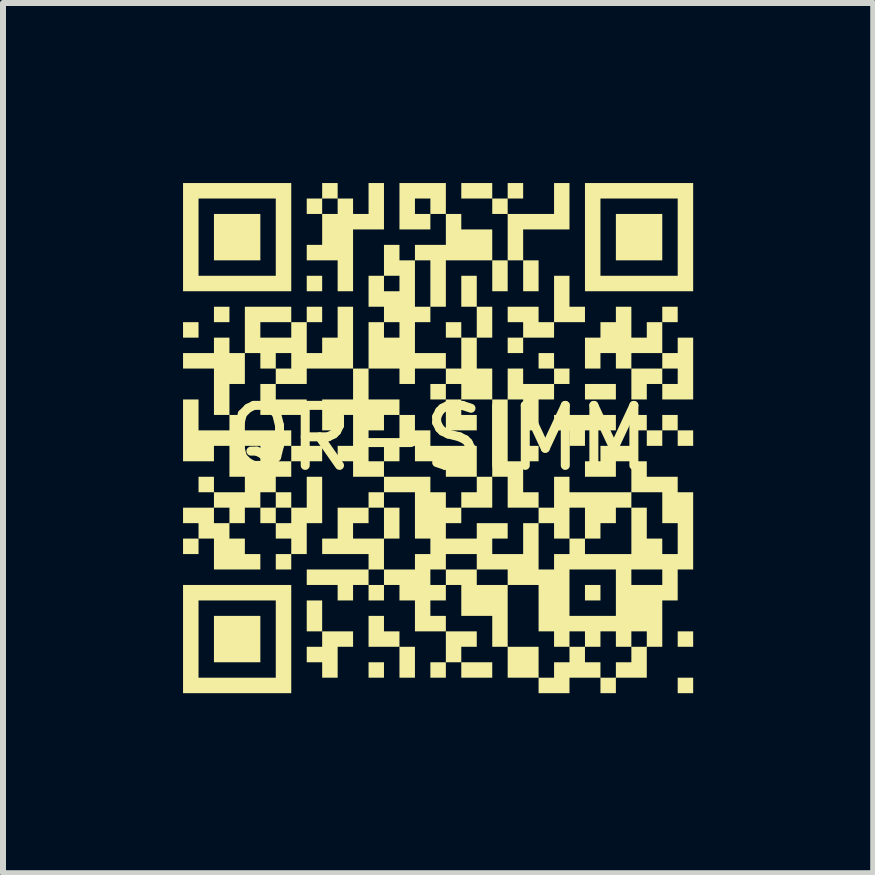
<source format=kicad_pcb>
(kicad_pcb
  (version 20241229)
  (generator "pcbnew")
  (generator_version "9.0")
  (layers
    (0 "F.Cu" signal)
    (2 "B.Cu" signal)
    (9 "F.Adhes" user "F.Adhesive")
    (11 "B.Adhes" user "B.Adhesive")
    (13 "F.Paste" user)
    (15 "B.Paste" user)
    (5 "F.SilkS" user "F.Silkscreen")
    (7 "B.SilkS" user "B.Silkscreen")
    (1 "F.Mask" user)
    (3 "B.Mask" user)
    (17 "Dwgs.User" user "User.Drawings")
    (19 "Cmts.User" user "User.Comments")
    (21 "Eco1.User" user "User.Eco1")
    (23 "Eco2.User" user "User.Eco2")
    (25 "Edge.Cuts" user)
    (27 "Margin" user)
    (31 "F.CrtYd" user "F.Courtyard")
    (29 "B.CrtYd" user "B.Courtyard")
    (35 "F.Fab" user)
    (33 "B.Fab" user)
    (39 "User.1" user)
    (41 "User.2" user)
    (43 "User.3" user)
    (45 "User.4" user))
  (footprint "QR-SIMM"
    (layer "F.Cu")
    (at 4.25 4.25)
    (property "Reference" "QR-SIMM" (at 0 0 0) (unlocked yes) (layer "F.SilkS") (effects (font (size 1 1) (thickness 0.15))))
    (attr smd)
    (fp_poly (pts (xy -3.992 -1.674) (xy -4.25 -1.674) (xy -4.25 -1.932) (xy -3.992 -1.932)) (stroke (width -0.000001) (type solid)) (fill yes) (layer "F.SilkS"))
    (fp_poly (pts (xy -3.992 1.932) (xy -4.25 1.932) (xy -4.25 1.674) (xy -3.992 1.674)) (stroke (width -0.000001) (type solid)) (fill yes) (layer "F.SilkS"))
    (fp_poly (pts (xy -3.735 0.902) (xy -3.992 0.902) (xy -3.992 0.644) (xy -3.735 0.644)) (stroke (width -0.000001) (type solid)) (fill yes) (layer "F.SilkS"))
    (fp_poly (pts (xy -3.477 -1.932) (xy -3.735 -1.932) (xy -3.735 -2.189) (xy -3.477 -2.189)) (stroke (width -0.000001) (type solid)) (fill yes) (layer "F.SilkS"))
    (fp_poly (pts (xy -2.962 -2.962) (xy -3.735 -2.962) (xy -3.735 -3.735) (xy -2.962 -3.735)) (stroke (width -0.000001) (type solid)) (fill yes) (layer "F.SilkS"))
    (fp_poly (pts (xy -2.962 3.735) (xy -3.735 3.735) (xy -3.735 2.962) (xy -2.962 2.962)) (stroke (width -0.000001) (type solid)) (fill yes) (layer "F.SilkS"))
    (fp_poly (pts (xy -2.447 2.189) (xy -2.705 2.189) (xy -2.705 1.932) (xy -2.447 1.932)) (stroke (width -0.000001) (type solid)) (fill yes) (layer "F.SilkS"))
    (fp_poly (pts (xy -1.932 -2.447) (xy -2.189 -2.447) (xy -2.189 -2.705) (xy -1.932 -2.705)) (stroke (width -0.000001) (type solid)) (fill yes) (layer "F.SilkS"))
    (fp_poly (pts (xy -1.932 -1.932) (xy -2.189 -1.932) (xy -2.189 -2.189) (xy -1.932 -2.189)) (stroke (width -0.000001) (type solid)) (fill yes) (layer "F.SilkS"))
    (fp_poly (pts (xy -1.932 0.386) (xy -2.447 0.386) (xy -2.447 0.129) (xy -1.932 0.129)) (stroke (width -0.000001) (type solid)) (fill yes) (layer "F.SilkS"))
    (fp_poly (pts (xy -1.932 3.22) (xy -2.189 3.22) (xy -2.189 2.705) (xy -1.932 2.705)) (stroke (width -0.000001) (type solid)) (fill yes) (layer "F.SilkS"))
    (fp_poly (pts (xy -0.902 3.992) (xy -1.159 3.992) (xy -1.159 3.735) (xy -0.902 3.735)) (stroke (width -0.000001) (type solid)) (fill yes) (layer "F.SilkS"))
    (fp_poly (pts (xy -0.644 0.386) (xy -0.902 0.386) (xy -0.902 0.129) (xy -0.644 0.129)) (stroke (width -0.000001) (type solid)) (fill yes) (layer "F.SilkS"))
    (fp_poly (pts (xy -0.644 1.674) (xy -0.902 1.674) (xy -0.902 1.159) (xy -0.644 1.159)) (stroke (width -0.000001) (type solid)) (fill yes) (layer "F.SilkS"))
    (fp_poly (pts (xy -0.386 3.992) (xy -0.644 3.992) (xy -0.644 3.477) (xy -0.386 3.477)) (stroke (width -0.000001) (type solid)) (fill yes) (layer "F.SilkS"))
    (fp_poly (pts (xy 0.129 -0.644) (xy -0.129 -0.644) (xy -0.129 -0.902) (xy 0.129 -0.902)) (stroke (width -0.000001) (type solid)) (fill yes) (layer "F.SilkS"))
    (fp_poly (pts (xy 0.129 3.992) (xy -0.129 3.992) (xy -0.129 3.735) (xy 0.129 3.735)) (stroke (width -0.000001) (type solid)) (fill yes) (layer "F.SilkS"))
    (fp_poly (pts (xy 0.386 -1.674) (xy 0.129 -1.674) (xy 0.129 -1.932) (xy 0.386 -1.932)) (stroke (width -0.000001) (type solid)) (fill yes) (layer "F.SilkS"))
    (fp_poly (pts (xy 0.644 -2.189) (xy 0.386 -2.189) (xy 0.386 -2.705) (xy 0.644 -2.705)) (stroke (width -0.000001) (type solid)) (fill yes) (layer "F.SilkS"))
    (fp_poly (pts (xy 0.902 -3.992) (xy 0.386 -3.992) (xy 0.386 -4.25) (xy 0.902 -4.25)) (stroke (width -0.000001) (type solid)) (fill yes) (layer "F.SilkS"))
    (fp_poly (pts (xy 0.902 -1.674) (xy 0.644 -1.674) (xy 0.644 -2.189) (xy 0.902 -2.189)) (stroke (width -0.000001) (type solid)) (fill yes) (layer "F.SilkS"))
    (fp_poly (pts (xy 0.902 3.992) (xy 0.386 3.992) (xy 0.386 3.735) (xy 0.902 3.735)) (stroke (width -0.000001) (type solid)) (fill yes) (layer "F.SilkS"))
    (fp_poly (pts (xy 1.159 -3.735) (xy 0.902 -3.735) (xy 0.902 -3.992) (xy 1.159 -3.992)) (stroke (width -0.000001) (type solid)) (fill yes) (layer "F.SilkS"))
    (fp_poly (pts (xy 1.159 -2.447) (xy 0.902 -2.447) (xy 0.902 -2.962) (xy 1.159 -2.962)) (stroke (width -0.000001) (type solid)) (fill yes) (layer "F.SilkS"))
    (fp_poly (pts (xy 1.417 -3.992) (xy 1.159 -3.992) (xy 1.159 -4.25) (xy 1.417 -4.25)) (stroke (width -0.000001) (type solid)) (fill yes) (layer "F.SilkS"))
    (fp_poly (pts (xy 1.417 -1.417) (xy 1.159 -1.417) (xy 1.159 -1.674) (xy 1.417 -1.674)) (stroke (width -0.000001) (type solid)) (fill yes) (layer "F.SilkS"))
    (fp_poly (pts (xy 1.674 -2.447) (xy 1.417 -2.447) (xy 1.417 -2.962) (xy 1.674 -2.962)) (stroke (width -0.000001) (type solid)) (fill yes) (layer "F.SilkS"))
    (fp_poly (pts (xy 1.674 0.386) (xy 1.417 0.386) (xy 1.417 0.129) (xy 1.674 0.129)) (stroke (width -0.000001) (type solid)) (fill yes) (layer "F.SilkS"))
    (fp_poly (pts (xy 1.932 -1.159) (xy 1.674 -1.159) (xy 1.674 -1.417) (xy 1.932 -1.417)) (stroke (width -0.000001) (type solid)) (fill yes) (layer "F.SilkS"))
    (fp_poly (pts (xy 2.189 -0.902) (xy 1.932 -0.902) (xy 1.932 -1.159) (xy 2.189 -1.159)) (stroke (width -0.000001) (type solid)) (fill yes) (layer "F.SilkS"))
    (fp_poly (pts (xy 2.705 2.705) (xy 2.447 2.705) (xy 2.447 2.447) (xy 2.705 2.447)) (stroke (width -0.000001) (type solid)) (fill yes) (layer "F.SilkS"))
    (fp_poly (pts (xy 2.962 -0.644) (xy 2.447 -0.644) (xy 2.447 -0.902) (xy 2.962 -0.902)) (stroke (width -0.000001) (type solid)) (fill yes) (layer "F.SilkS"))
    (fp_poly (pts (xy 3.477 -0.129) (xy 3.22 -0.129) (xy 3.22 -0.386) (xy 3.477 -0.386)) (stroke (width -0.000001) (type solid)) (fill yes) (layer "F.SilkS"))
    (fp_poly (pts (xy 3.735 -2.962) (xy 2.962 -2.962) (xy 2.962 -3.735) (xy 3.735 -3.735)) (stroke (width -0.000001) (type solid)) (fill yes) (layer "F.SilkS"))
    (fp_poly (pts (xy 3.735 0.129) (xy 3.477 0.129) (xy 3.477 -0.129) (xy 3.735 -0.129)) (stroke (width -0.000001) (type solid)) (fill yes) (layer "F.SilkS"))
    (fp_poly (pts (xy 3.992 -1.932) (xy 3.735 -1.932) (xy 3.735 -2.189) (xy 3.992 -2.189)) (stroke (width -0.000001) (type solid)) (fill yes) (layer "F.SilkS"))
    (fp_poly (pts (xy 3.992 -0.129) (xy 3.735 -0.129) (xy 3.735 -0.386) (xy 3.992 -0.386)) (stroke (width -0.000001) (type solid)) (fill yes) (layer "F.SilkS"))
    (fp_poly (pts (xy 4.25 0.129) (xy 3.992 0.129) (xy 3.992 -0.129) (xy 4.25 -0.129)) (stroke (width -0.000001) (type solid)) (fill yes) (layer "F.SilkS"))
    (fp_poly (pts (xy 4.25 3.477) (xy 3.992 3.477) (xy 3.992 3.22) (xy 4.25 3.22)) (stroke (width -0.000001) (type solid)) (fill yes) (layer "F.SilkS"))
    (fp_poly (pts (xy 4.25 4.25) (xy 3.992 4.25) (xy 3.992 3.992) (xy 4.25 3.992)) (stroke (width -0.000001) (type solid)) (fill yes) (layer "F.SilkS"))
    (fp_poly (pts (xy -2.705 -0.644) (xy -2.189 -0.644) (xy -2.189 -0.386) (xy -2.962 -0.386) (xy -2.962 -0.902) (xy -2.705 -0.902)) (stroke (width -0.000001) (type solid)) (fill yes) (layer "F.SilkS"))
    (fp_poly (pts (xy -0.902 3.22) (xy -0.644 3.22) (xy -0.644 3.477) (xy -1.159 3.477) (xy -1.159 2.962) (xy -0.902 2.962)) (stroke (width -0.000001) (type solid)) (fill yes) (layer "F.SilkS"))
    (fp_poly (pts (xy 0.386 -0.386) (xy 0.644 -0.386) (xy 0.644 -0.129) (xy 0.129 -0.129) (xy 0.129 -0.644) (xy 0.386 -0.644)) (stroke (width -0.000001) (type solid)) (fill yes) (layer "F.SilkS"))
    (fp_poly (pts (xy 0.644 3.477) (xy 0.386 3.477) (xy 0.386 3.735) (xy 0.129 3.735) (xy 0.129 3.22) (xy 0.644 3.22)) (stroke (width -0.000001) (type solid)) (fill yes) (layer "F.SilkS"))
    (fp_poly (pts (xy 0.902 1.159) (xy 0.386 1.159) (xy 0.386 0.902) (xy 0.644 0.902) (xy 0.644 0.644) (xy 0.902 0.644)) (stroke (width -0.000001) (type solid)) (fill yes) (layer "F.SilkS"))
    (fp_poly (pts (xy 2.189 -2.189) (xy 2.447 -2.189) (xy 2.447 -1.932) (xy 1.932 -1.932) (xy 1.932 -2.705) (xy 2.189 -2.705)) (stroke (width -0.000001) (type solid)) (fill yes) (layer "F.SilkS"))
    (fp_poly (pts (xy 1.674 -1.932) (xy 1.932 -1.932) (xy 1.932 -1.674) (xy 1.417 -1.674) (xy 1.417 -1.932) (xy 1.159 -1.932) (xy 1.159 -2.189) (xy 1.674 -2.189)) (stroke (width -0.000001) (type solid)) (fill yes) (layer "F.SilkS"))
    (fp_poly (pts (xy 2.189 -3.477) (xy 1.417 -3.477) (xy 1.417 -2.962) (xy 1.159 -2.962) (xy 1.159 -3.735) (xy 1.932 -3.735) (xy 1.932 -4.25) (xy 2.189 -4.25)) (stroke (width -0.000001) (type solid)) (fill yes) (layer "F.SilkS"))
    (fp_poly (pts (xy 2.962 -0.129) (xy 2.447 -0.129) (xy 2.447 0.129) (xy 2.189 0.129) (xy 2.189 -0.129) (xy 1.932 -0.129) (xy 1.932 -0.386) (xy 2.962 -0.386)) (stroke (width -0.000001) (type solid)) (fill yes) (layer "F.SilkS"))
    (fp_poly (pts (xy 3.22 0.386) (xy 2.962 0.386) (xy 2.962 0.644) (xy 2.447 0.644) (xy 2.447 0.386) (xy 2.705 0.386) (xy 2.705 0.129) (xy 3.22 0.129)) (stroke (width -0.000001) (type solid)) (fill yes) (layer "F.SilkS"))
    (fp_poly (pts (xy -1.417 3.477) (xy -1.674 3.477) (xy -1.674 3.992) (xy -1.932 3.992) (xy -1.932 3.735) (xy -2.189 3.735) (xy -2.189 3.477) (xy -1.932 3.477) (xy -1.932 3.22) (xy -1.417 3.22)) (stroke (width -0.000001) (type solid)) (fill yes) (layer "F.SilkS"))
    (fp_poly (pts (xy -2.447 -2.447) (xy -4.25 -2.447) (xy -4.25 -2.705) (xy -3.992 -2.705) (xy -2.705 -2.705) (xy -2.705 -3.992) (xy -3.992 -3.992) (xy -3.992 -2.705) (xy -4.25 -2.705) (xy -4.25 -4.25) (xy -2.447 -4.25)) (stroke (width -0.000001) (type solid)) (fill yes) (layer "F.SilkS"))
    (fp_poly (pts (xy -2.447 4.25) (xy -4.25 4.25) (xy -4.25 3.992) (xy -3.992 3.992) (xy -2.705 3.992) (xy -2.705 2.705) (xy -3.992 2.705) (xy -3.992 3.992) (xy -4.25 3.992) (xy -4.25 2.447) (xy -2.447 2.447)) (stroke (width -0.000001) (type solid)) (fill yes) (layer "F.SilkS"))
    (fp_poly (pts (xy 4.25 -2.447) (xy 2.447 -2.447) (xy 2.447 -2.705) (xy 2.705 -2.705) (xy 3.992 -2.705) (xy 3.992 -3.992) (xy 2.705 -3.992) (xy 2.705 -2.705) (xy 2.447 -2.705) (xy 2.447 -4.25) (xy 4.25 -4.25)) (stroke (width -0.000001) (type solid)) (fill yes) (layer "F.SilkS"))
    (fp_poly (pts (xy -0.386 -0.129) (xy -0.129 -0.129) (xy -0.129 0.129) (xy 0.644 0.129) (xy 0.644 0.644) (xy 0.129 0.644) (xy 0.129 0.386) (xy -0.386 0.386) (xy -0.386 0.129) (xy -0.644 0.129) (xy -0.644 -0.386) (xy -0.386 -0.386)) (stroke (width -0.000001) (type solid)) (fill yes) (layer "F.SilkS"))
    (fp_poly (pts (xy 0.129 -3.735) (xy -0.129 -3.735) (xy -0.129 -3.477) (xy -0.644 -3.477) (xy -0.644 -3.735) (xy -0.386 -3.735) (xy -0.129 -3.735) (xy -0.129 -3.992) (xy -0.386 -3.992) (xy -0.386 -3.735) (xy -0.644 -3.735) (xy -0.644 -4.25) (xy 0.129 -4.25)) (stroke (width -0.000001) (type solid)) (fill yes) (layer "F.SilkS"))
    (fp_poly (pts (xy -1.932 1.417) (xy -2.189 1.417) (xy -2.189 1.932) (xy -2.447 1.932) (xy -2.447 1.674) (xy -2.705 1.674) (xy -2.705 1.417) (xy -2.447 1.417) (xy -2.447 1.159) (xy -2.705 1.159) (xy -2.705 1.417) (xy -2.962 1.417) (xy -2.962 1.159) (xy -2.705 1.159) (xy -2.705 0.902) (xy -2.447 0.902) (xy -2.447 1.159) (xy -2.189 1.159) (xy -2.189 0.644) (xy -1.932 0.644)) (stroke (width -0.000001) (type solid)) (fill yes) (layer "F.SilkS"))
    (fp_poly (pts (xy -1.674 -3.992) (xy -1.932 -3.992) (xy -1.932 -3.735) (xy -1.674 -3.735) (xy -1.674 -3.992) (xy -1.417 -3.992) (xy -1.417 -3.735) (xy -1.159 -3.735) (xy -1.159 -4.25) (xy -0.902 -4.25) (xy -0.902 -3.477) (xy -1.417 -3.477) (xy -1.417 -2.447) (xy -1.674 -2.447) (xy -1.674 -2.962) (xy -2.189 -2.962) (xy -2.189 -3.22) (xy -1.932 -3.22) (xy -1.932 -3.735) (xy -2.189 -3.735) (xy -2.189 -3.992) (xy -1.932 -3.992) (xy -1.932 -4.25) (xy -1.674 -4.25)) (stroke (width -0.000001) (type solid)) (fill yes) (layer "F.SilkS"))
    (fp_poly (pts (xy 3.22 -1.674) (xy 3.477 -1.674) (xy 3.477 -1.932) (xy 3.735 -1.932) (xy 3.735 -1.417) (xy 3.992 -1.417) (xy 3.992 -1.674) (xy 4.25 -1.674) (xy 4.25 -0.644) (xy 3.735 -0.644) (xy 3.735 -0.902) (xy 3.992 -0.902) (xy 3.992 -1.159) (xy 3.735 -1.159) (xy 3.735 -0.902) (xy 3.477 -0.902) (xy 3.477 -0.644) (xy 3.22 -0.644) (xy 3.22 -1.159) (xy 3.735 -1.159) (xy 3.735 -1.417) (xy 3.22 -1.417) (xy 3.22 -1.159) (xy 2.962 -1.159) (xy 2.962 -1.417) (xy 2.705 -1.417) (xy 2.705 -1.159) (xy 2.447 -1.159) (xy 2.447 -1.674) (xy 2.705 -1.674) (xy 2.705 -1.932) (xy 2.962 -1.932) (xy 2.962 -2.189) (xy 3.22 -2.189)) (stroke (width -0.000001) (type solid)) (fill yes) (layer "F.SilkS"))
    (fp_poly (pts (xy -2.447 -1.932) (xy -2.962 -1.932) (xy -2.962 -1.674) (xy -2.447 -1.674) (xy -2.447 -1.932) (xy -2.189 -1.932) (xy -2.189 -1.417) (xy -1.932 -1.417) (xy -1.932 -1.674) (xy -1.674 -1.674) (xy -1.674 -2.189) (xy -1.417 -2.189) (xy -1.417 -1.159) (xy -2.189 -1.159) (xy -2.189 -0.902) (xy -2.705 -0.902) (xy -2.705 -1.159) (xy -2.447 -1.159) (xy -2.447 -1.417) (xy -2.705 -1.417) (xy -2.705 -1.159) (xy -2.962 -1.159) (xy -2.962 -1.417) (xy -3.22 -1.417) (xy -3.22 -0.902) (xy -3.477 -0.902) (xy -3.477 -0.386) (xy -3.735 -0.386) (xy -3.735 -1.159) (xy -4.25 -1.159) (xy -4.25 -1.417) (xy -3.735 -1.417) (xy -3.735 -1.674) (xy -3.477 -1.674) (xy -3.477 -1.417) (xy -3.22 -1.417) (xy -3.22 -2.189) (xy -2.447 -2.189)) (stroke (width -0.000001) (type solid)) (fill yes) (layer "F.SilkS"))
    (fp_poly (pts (xy -3.992 -0.129) (xy -3.477 -0.129) (xy -3.477 -0.386) (xy -3.22 -0.386) (xy -3.22 -0.129) (xy -2.447 -0.129) (xy -2.447 0.129) (xy -2.705 0.129) (xy -2.705 0.386) (xy -2.447 0.386) (xy -2.447 0.644) (xy -2.705 0.644) (xy -2.705 0.902) (xy -2.962 0.902) (xy -2.962 1.159) (xy -3.22 1.159) (xy -3.22 1.417) (xy -3.477 1.417) (xy -3.477 1.674) (xy -3.22 1.674) (xy -3.22 1.932) (xy -2.962 1.932) (xy -2.962 2.189) (xy -3.735 2.189) (xy -3.735 1.674) (xy -3.992 1.674) (xy -3.992 1.417) (xy -3.735 1.417) (xy -3.477 1.417) (xy -3.477 1.159) (xy -3.735 1.159) (xy -3.735 1.417) (xy -3.992 1.417) (xy -4.25 1.417) (xy -4.25 1.159) (xy -3.735 1.159) (xy -3.735 0.902) (xy -3.22 0.902) (xy -3.22 0.644) (xy -3.477 0.644) (xy -3.477 0.386) (xy -3.22 0.386) (xy -2.962 0.386) (xy -2.962 0.129) (xy -3.22 0.129) (xy -3.22 0.386) (xy -3.477 0.386) (xy -3.477 0.129) (xy -3.735 0.129) (xy -3.735 0.386) (xy -4.25 0.386) (xy -4.25 -0.644) (xy -3.992 -0.644)) (stroke (width -0.000001) (type solid)) (fill yes) (layer "F.SilkS"))
    (fp_poly (pts (xy 0.386 -3.477) (xy 0.902 -3.477) (xy 0.902 -2.962) (xy 0.129 -2.962) (xy 0.129 -2.189) (xy -0.129 -2.189) (xy -0.129 -1.932) (xy -0.386 -1.932) (xy -0.386 -1.417) (xy 0.129 -1.417) (xy 0.129 -1.159) (xy 0.386 -1.159) (xy 0.386 -1.674) (xy 0.644 -1.674) (xy 0.644 -1.159) (xy 0.902 -1.159) (xy 0.902 -0.644) (xy 0.386 -0.644) (xy 0.386 -0.902) (xy 0.129 -0.902) (xy 0.129 -1.159) (xy -0.386 -1.159) (xy -0.386 -0.902) (xy -0.644 -0.902) (xy -0.644 -1.159) (xy -1.159 -1.159) (xy -1.159 -0.644) (xy -0.644 -0.644) (xy -0.644 -0.386) (xy -0.902 -0.386) (xy -0.902 -0.129) (xy -1.159 -0.129) (xy -1.159 0.386) (xy -0.902 0.386) (xy -0.902 0.644) (xy -1.417 0.644) (xy -1.417 0.386) (xy -1.674 0.386) (xy -1.674 0.129) (xy -1.417 0.129) (xy -1.417 -0.386) (xy -1.674 -0.386) (xy -1.674 -0.129) (xy -1.932 -0.129) (xy -1.932 -0.644) (xy -1.417 -0.644) (xy -1.417 -1.159) (xy -1.159 -1.159) (xy -1.159 -1.674) (xy -0.902 -1.674) (xy -0.644 -1.674) (xy -0.644 -1.932) (xy -0.902 -1.932) (xy -0.902 -1.674) (xy -1.159 -1.674) (xy -1.159 -1.932) (xy -0.902 -1.932) (xy -0.902 -2.189) (xy -0.386 -2.189) (xy -0.129 -2.189) (xy -0.129 -2.962) (xy -0.386 -2.962) (xy -0.386 -2.189) (xy -0.902 -2.189) (xy -1.159 -2.189) (xy -1.159 -2.447) (xy -0.902 -2.447) (xy -0.644 -2.447) (xy -0.644 -2.705) (xy -0.902 -2.705) (xy -0.902 -2.447) (xy -1.159 -2.447) (xy -1.159 -2.705) (xy -0.902 -2.705) (xy -0.902 -3.22) (xy -0.644 -3.22) (xy -0.644 -2.962) (xy -0.386 -2.962) (xy -0.386 -3.22) (xy 0.129 -3.22) (xy 0.129 -3.735) (xy 0.386 -3.735)) (stroke (width -0.000001) (type solid)) (fill yes) (layer "F.SilkS"))
    (fp_poly (pts (xy 1.417 -0.902) (xy 1.932 -0.902) (xy 1.932 -0.644) (xy 1.674 -0.644) (xy 1.674 -0.129) (xy 1.417 -0.129) (xy 1.417 -0.644) (xy 1.159 -0.644) (xy 1.159 0.386) (xy 1.417 0.386) (xy 1.417 0.902) (xy 1.674 0.902) (xy 1.674 1.159) (xy 1.932 1.159) (xy 1.932 0.644) (xy 2.189 0.644) (xy 2.189 0.902) (xy 3.22 0.902) (xy 3.22 0.386) (xy 3.477 0.386) (xy 3.477 0.644) (xy 3.992 0.644) (xy 3.992 0.902) (xy 4.25 0.902) (xy 4.25 2.189) (xy 3.992 2.189) (xy 3.992 2.705) (xy 3.735 2.705) (xy 3.735 3.477) (xy 3.477 3.477) (xy 3.477 3.992) (xy 2.962 3.992) (xy 2.962 4.25) (xy 2.705 4.25) (xy 2.705 3.992) (xy 2.189 3.992) (xy 2.189 4.25) (xy 1.674 4.25) (xy 1.674 3.992) (xy 1.159 3.992) (xy 1.159 3.477) (xy 1.674 3.477) (xy 1.674 3.992) (xy 1.932 3.992) (xy 1.932 3.735) (xy 2.189 3.735) (xy 2.189 3.477) (xy 2.447 3.477) (xy 2.447 3.735) (xy 2.705 3.735) (xy 2.705 3.992) (xy 2.962 3.992) (xy 2.962 3.735) (xy 3.22 3.735) (xy 3.22 3.477) (xy 3.477 3.477) (xy 3.477 3.22) (xy 3.22 3.22) (xy 3.22 3.477) (xy 2.962 3.477) (xy 2.962 3.22) (xy 2.705 3.22) (xy 2.705 3.477) (xy 2.447 3.477) (xy 2.447 3.22) (xy 2.189 3.22) (xy 2.189 3.477) (xy 1.932 3.477) (xy 1.932 3.22) (xy 1.674 3.22) (xy 1.674 2.962) (xy 2.189 2.962) (xy 2.962 2.962) (xy 2.962 2.447) (xy 3.22 2.447) (xy 3.735 2.447) (xy 3.735 2.189) (xy 3.22 2.189) (xy 3.22 2.447) (xy 2.962 2.447) (xy 2.962 2.189) (xy 2.189 2.189) (xy 2.189 2.962) (xy 1.674 2.962) (xy 1.674 2.447) (xy 1.159 2.447) (xy 1.159 3.477) (xy 0.902 3.477) (xy 0.902 2.962) (xy 0.386 2.962) (xy 0.386 2.447) (xy 0.644 2.447) (xy 1.159 2.447) (xy 1.159 2.189) (xy 1.674 2.189) (xy 1.932 2.189) (xy 1.932 1.932) (xy 2.189 1.932) (xy 2.189 1.674) (xy 2.447 1.674) (xy 2.447 1.932) (xy 3.22 1.932) (xy 3.22 1.159) (xy 3.477 1.159) (xy 3.477 1.674) (xy 3.735 1.674) (xy 3.735 1.932) (xy 3.992 1.932) (xy 3.992 1.417) (xy 3.735 1.417) (xy 3.735 0.902) (xy 3.22 0.902) (xy 3.22 1.159) (xy 2.962 1.159) (xy 2.962 1.417) (xy 2.705 1.417) (xy 2.705 1.674) (xy 2.447 1.674) (xy 2.447 1.159) (xy 2.189 1.159) (xy 2.189 1.674) (xy 1.932 1.674) (xy 1.932 1.417) (xy 1.674 1.417) (xy 1.674 2.189) (xy 1.159 2.189) (xy 0.644 2.189) (xy 0.644 2.447) (xy 0.386 2.447) (xy 0.129 2.447) (xy 0.129 2.705) (xy -0.129 2.705) (xy -0.129 2.962) (xy 0.129 2.962) (xy 0.129 3.22) (xy -0.386 3.22) (xy -0.386 2.705) (xy -0.644 2.705) (xy -0.644 2.447) (xy -0.129 2.447) (xy 0.129 2.447) (xy 0.129 2.189) (xy 0.644 2.189) (xy 0.644 1.932) (xy 0.129 1.932) (xy 0.129 2.189) (xy -0.129 2.189) (xy -0.129 2.447) (xy -0.644 2.447) (xy -0.902 2.447) (xy -0.902 2.705) (xy -1.159 2.705) (xy -1.159 2.447) (xy -0.902 2.447) (xy -0.902 2.189) (xy -1.159 2.189) (xy -1.159 2.447) (xy -1.417 2.447) (xy -1.417 2.705) (xy -1.674 2.705) (xy -1.674 2.447) (xy -2.189 2.447) (xy -2.189 2.189) (xy -1.159 2.189) (xy -1.159 1.932) (xy -1.932 1.932) (xy -1.932 1.674) (xy -1.674 1.674) (xy -1.674 1.417) (xy -1.417 1.417) (xy -1.417 1.674) (xy -0.902 1.674) (xy -0.902 2.189) (xy -0.386 2.189) (xy -0.386 1.932) (xy -0.129 1.932) (xy -0.129 1.674) (xy -0.386 1.674) (xy -0.386 0.902) (xy -0.902 0.902) (xy -0.902 1.159) (xy -1.159 1.159) (xy -1.159 1.417) (xy -1.417 1.417) (xy -1.674 1.417) (xy -1.674 1.159) (xy -1.159 1.159) (xy -1.159 0.902) (xy -0.902 0.902) (xy -0.902 0.644) (xy -0.129 0.644) (xy -0.129 0.902) (xy 0.129 0.902) (xy 0.129 1.159) (xy 0.386 1.159) (xy 0.386 1.417) (xy 0.129 1.417) (xy 0.129 1.674) (xy 0.644 1.674) (xy 0.644 1.417) (xy 1.159 1.417) (xy 1.159 1.674) (xy 0.902 1.674) (xy 0.902 1.932) (xy 1.417 1.932) (xy 1.417 1.417) (xy 1.674 1.417) (xy 1.674 1.159) (xy 1.159 1.159) (xy 1.159 0.644) (xy 0.902 0.644) (xy 0.902 -0.644) (xy 1.159 -0.644) (xy 1.159 -1.159) (xy 1.417 -1.159)) (stroke (width -0.000001) (type solid)) (fill yes) (layer "F.SilkS")))
  (gr_rect
    (start -3 -3)
    (end 11.5 11.5)
    (stroke (width 0.1) (type default))
    (fill no)
    (layer "Edge.Cuts")))
</source>
